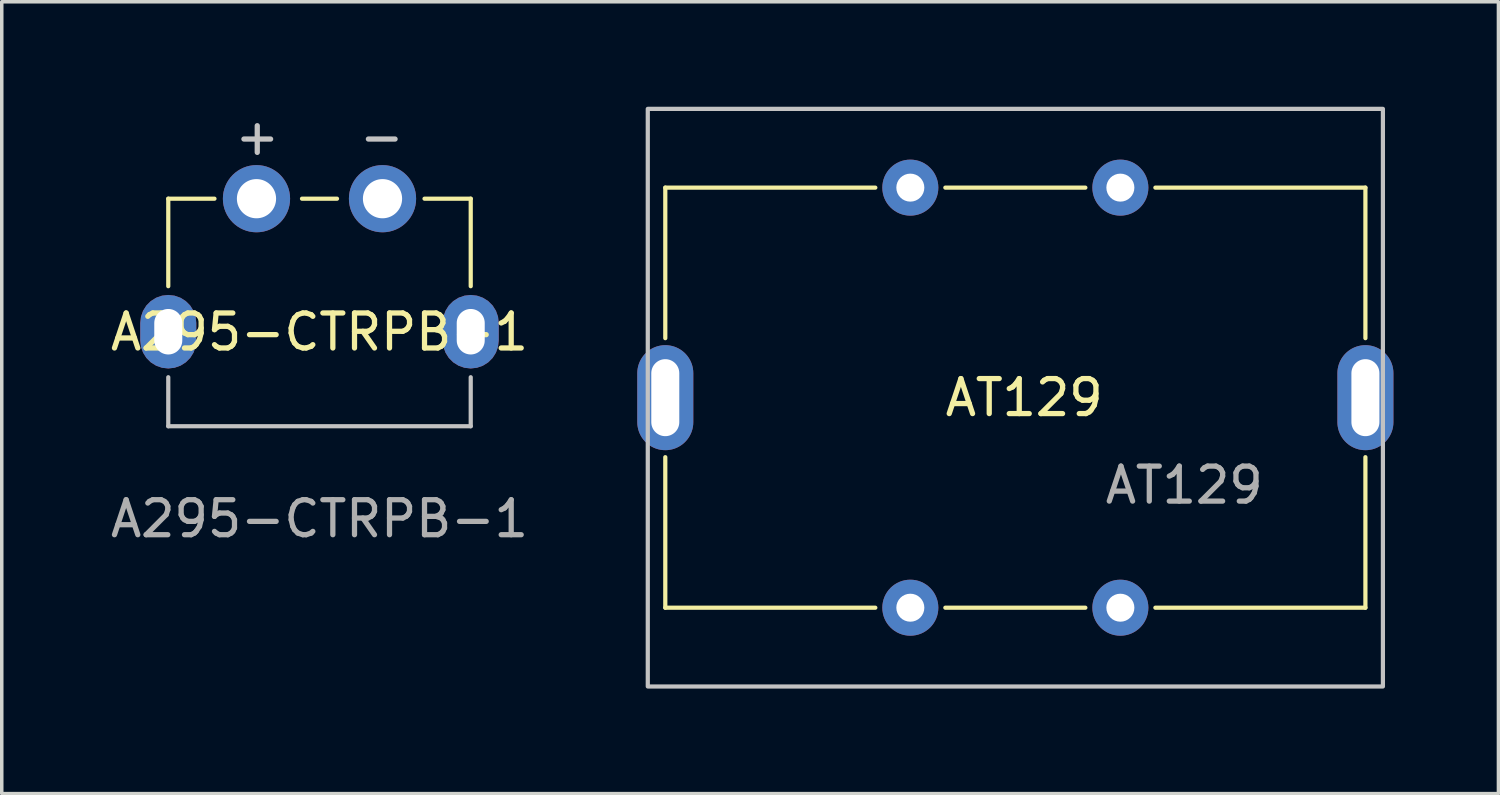
<source format=kicad_pcb>
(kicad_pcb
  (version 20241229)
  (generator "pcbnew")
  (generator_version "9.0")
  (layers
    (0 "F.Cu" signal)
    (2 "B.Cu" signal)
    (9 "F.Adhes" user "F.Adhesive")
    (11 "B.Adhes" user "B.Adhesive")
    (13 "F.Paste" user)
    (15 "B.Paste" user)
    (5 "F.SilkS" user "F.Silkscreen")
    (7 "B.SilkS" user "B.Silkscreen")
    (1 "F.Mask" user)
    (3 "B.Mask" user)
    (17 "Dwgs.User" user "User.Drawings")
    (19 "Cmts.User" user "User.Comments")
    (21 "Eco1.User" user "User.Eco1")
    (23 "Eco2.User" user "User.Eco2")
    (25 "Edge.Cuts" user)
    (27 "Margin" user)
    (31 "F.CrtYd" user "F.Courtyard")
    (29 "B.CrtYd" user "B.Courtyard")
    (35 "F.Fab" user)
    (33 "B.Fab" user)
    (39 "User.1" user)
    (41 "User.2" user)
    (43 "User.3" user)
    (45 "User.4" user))
  (footprint "A295-CTRPB-1"
    (layer "F.Cu")
    (at 6.077 2.626)
    (property "Reference" "A295-CTRPB-1" (at 0 3.81 0) (unlocked yes) (layer "F.SilkS") (effects (font (size 1 1) (thickness 0.15))))
    (attr through_hole)
    (fp_line (start -4.32 0) (end -4.32 2.5) (stroke (width 0.12) (type solid)) (layer "F.SilkS"))
    (fp_line (start -3 0) (end -4.32 0) (stroke (width 0.12) (type solid)) (layer "F.SilkS"))
    (fp_line (start -0.5 0) (end 0.5 0) (stroke (width 0.12) (type solid)) (layer "F.SilkS"))
    (fp_line (start 3 0) (end 4.32 0) (stroke (width 0.12) (type solid)) (layer "F.SilkS"))
    (fp_line (start 4.32 0) (end 4.32 2.5) (stroke (width 0.12) (type solid)) (layer "F.SilkS"))
    (fp_line (start -4.32 5.1) (end -4.32 6.5) (stroke (width 0.12) (type solid)) (layer "Dwgs.User"))
    (fp_line (start -4.32 6.5) (end 4.32 6.5) (stroke (width 0.12) (type solid)) (layer "Dwgs.User"))
    (fp_line (start 4.32 6.5) (end 4.32 5.1) (stroke (width 0.12) (type solid)) (layer "Dwgs.User"))
    (fp_text user "-" (at 1.778 -1.778 0) (unlocked yes) (layer "Dwgs.User") (effects (font (size 1 1) (thickness 0.15))))
    (fp_text user "+" (at -1.778 -1.778 0) (unlocked yes) (layer "Dwgs.User") (effects (font (size 1 1) (thickness 0.15))))
    (fp_text user "${REFERENCE}" (at 0 9.144 0) (unlocked yes) (layer "F.Fab") (effects (font (size 1 1) (thickness 0.15))))
    (pad "1" thru_hole circle (at -1.8 0) (size 1.92 1.92) (drill 1.12) (layers "*.Cu" "B.Mask"))
    (pad "2" thru_hole circle (at 1.8 0) (size 1.92 1.92) (drill 1.12) (layers "*.Cu" "B.Mask"))
    (pad "3" thru_hole roundrect (at -4.32 3.8) (size 1.6 2.1) (drill oval 0.8 1.3) (layers "*.Cu" "B.Mask") (roundrect_rratio 0.5))
    (pad "4" thru_hole roundrect (at 4.32 3.8) (size 1.6 2.1) (drill oval 0.8 1.3) (layers "*.Cu" "B.Mask") (roundrect_rratio 0.5)))
  (footprint "AT129"
    (layer "F.Cu")
    (at 25.955 8.31)
    (property "Reference" "AT129" (at 0.254 0 0) (unlocked yes) (layer "F.SilkS") (effects (font (size 1 1) (thickness 0.15))))
    (attr through_hole)
    (fp_line (start -10 -6) (end -10 -1.7) (stroke (width 0.12) (type solid)) (layer "F.SilkS"))
    (fp_line (start -10 1.7) (end -10 6) (stroke (width 0.12) (type solid)) (layer "F.SilkS"))
    (fp_line (start -10 6) (end -4 6) (stroke (width 0.12) (type solid)) (layer "F.SilkS"))
    (fp_line (start -4 -6) (end -10 -6) (stroke (width 0.12) (type solid)) (layer "F.SilkS"))
    (fp_line (start -2 6) (end 2 6) (stroke (width 0.12) (type solid)) (layer "F.SilkS"))
    (fp_line (start 2 -6) (end -2 -6) (stroke (width 0.12) (type solid)) (layer "F.SilkS"))
    (fp_line (start 4 -6) (end 10 -6) (stroke (width 0.12) (type solid)) (layer "F.SilkS"))
    (fp_line (start 4 6) (end 10 6) (stroke (width 0.12) (type solid)) (layer "F.SilkS"))
    (fp_line (start 10 -6) (end 10 -1.7) (stroke (width 0.12) (type solid)) (layer "F.SilkS"))
    (fp_line (start 10 6) (end 10 1.7) (stroke (width 0.12) (type solid)) (layer "F.SilkS"))
    (fp_rect (start -10.5 8.25) (end 10.5 -8.25) (stroke (width 0.12) (type solid)) (fill no) (layer "Dwgs.User"))
    (fp_text user "${REFERENCE}" (at 4.826 2.5 0) (unlocked yes) (layer "F.Fab") (effects (font (size 1 1) (thickness 0.15))))
    (pad "1" thru_hole circle (at -3 -6) (size 1.6 1.6) (drill 0.8) (layers "*.Cu" "B.Mask"))
    (pad "2" thru_hole circle (at 3 -6) (size 1.6 1.6) (drill 0.8) (layers "*.Cu" "B.Mask"))
    (pad "3" thru_hole circle (at 3 6) (size 1.6 1.6) (drill 0.8) (layers "*.Cu" "B.Mask"))
    (pad "4" thru_hole circle (at -3 6) (size 1.6 1.6) (drill 0.8) (layers "*.Cu" "B.Mask"))
    (pad "5" thru_hole oval (at -10 0) (size 1.6 3) (drill oval 0.8 2.2) (layers "*.Cu" "B.Mask"))
    (pad "6" thru_hole oval (at 10 0) (size 1.6 3) (drill oval 0.8 2.2) (layers "*.Cu" "B.Mask")))
  (gr_rect
    (start -3 -3)
    (end 39.755 19.62)
    (stroke (width 0.1) (type default))
    (fill no)
    (layer "Edge.Cuts")))
</source>
